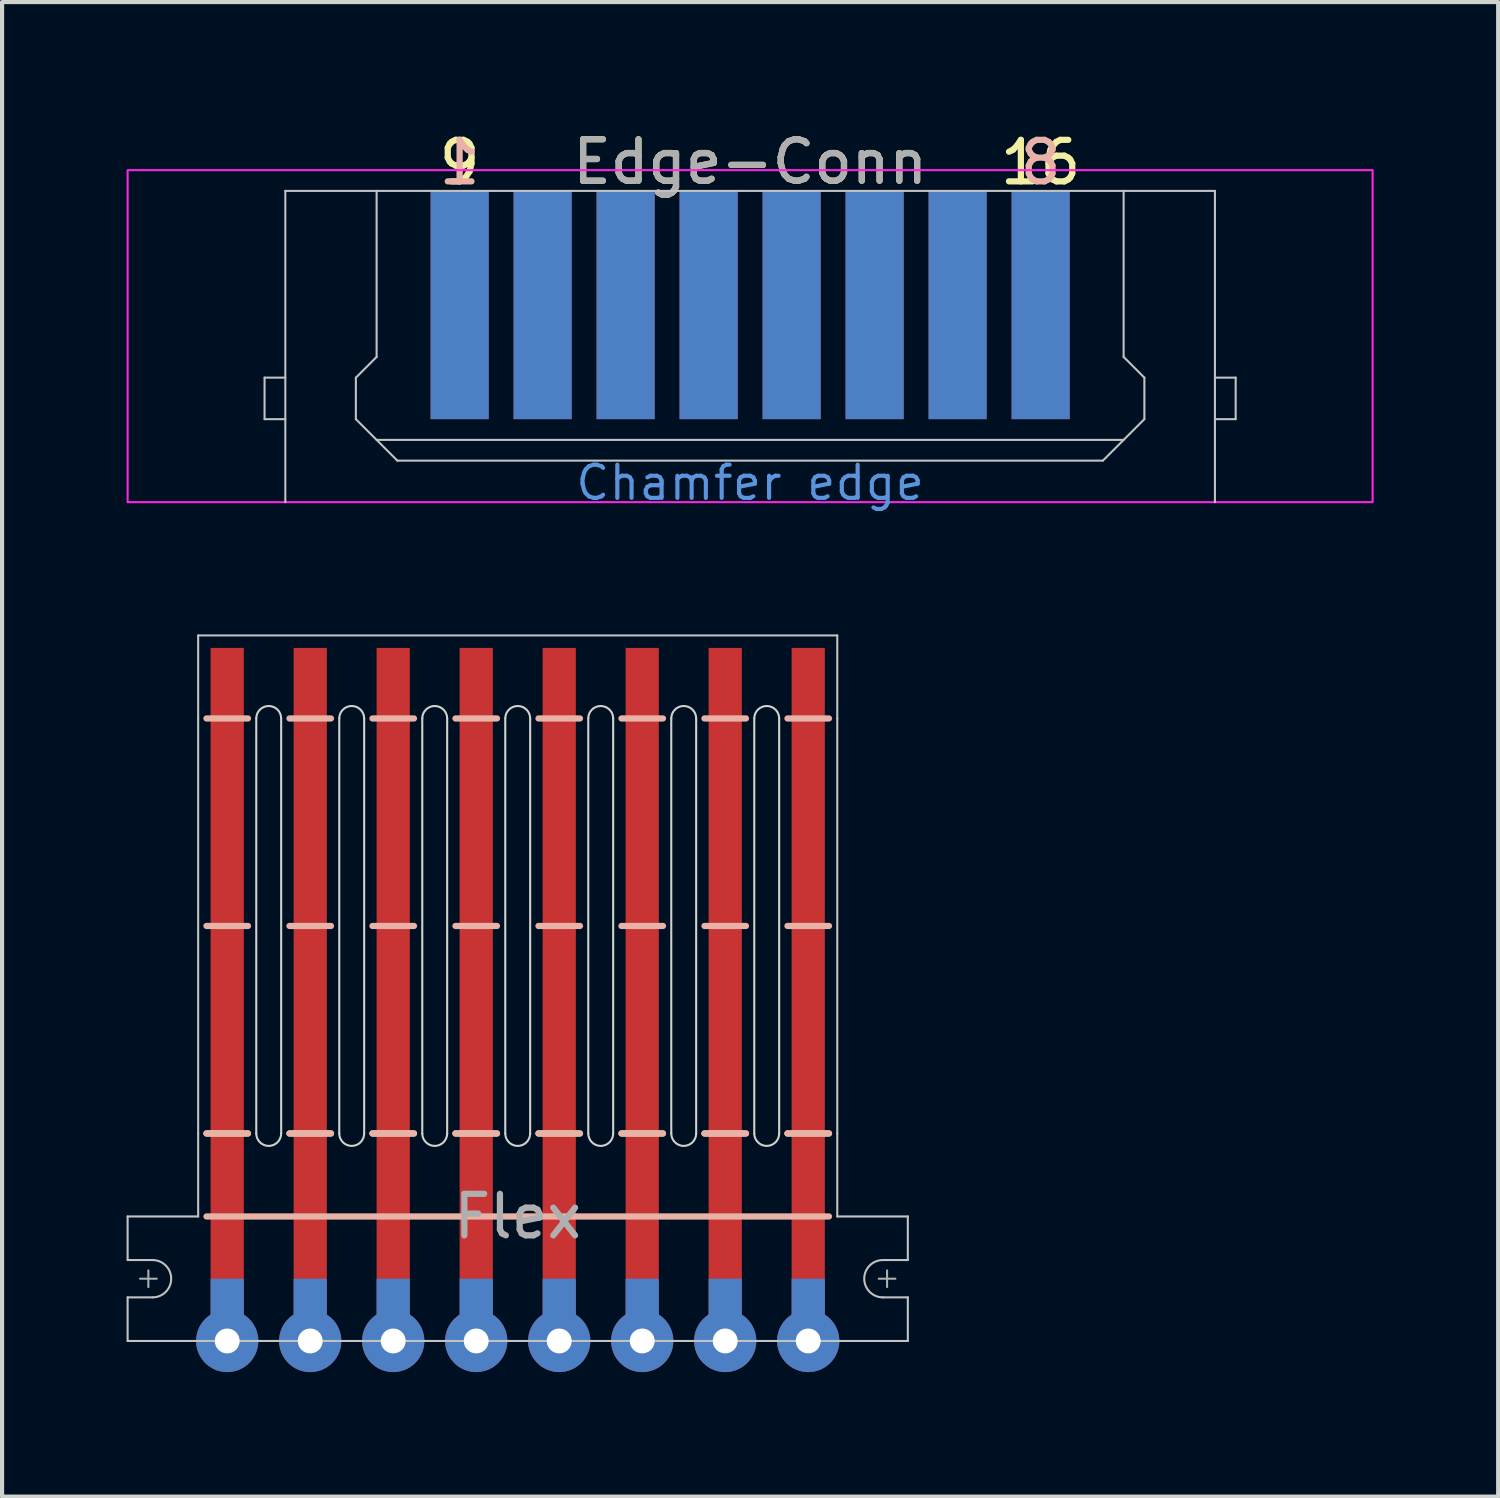
<source format=kicad_pcb>
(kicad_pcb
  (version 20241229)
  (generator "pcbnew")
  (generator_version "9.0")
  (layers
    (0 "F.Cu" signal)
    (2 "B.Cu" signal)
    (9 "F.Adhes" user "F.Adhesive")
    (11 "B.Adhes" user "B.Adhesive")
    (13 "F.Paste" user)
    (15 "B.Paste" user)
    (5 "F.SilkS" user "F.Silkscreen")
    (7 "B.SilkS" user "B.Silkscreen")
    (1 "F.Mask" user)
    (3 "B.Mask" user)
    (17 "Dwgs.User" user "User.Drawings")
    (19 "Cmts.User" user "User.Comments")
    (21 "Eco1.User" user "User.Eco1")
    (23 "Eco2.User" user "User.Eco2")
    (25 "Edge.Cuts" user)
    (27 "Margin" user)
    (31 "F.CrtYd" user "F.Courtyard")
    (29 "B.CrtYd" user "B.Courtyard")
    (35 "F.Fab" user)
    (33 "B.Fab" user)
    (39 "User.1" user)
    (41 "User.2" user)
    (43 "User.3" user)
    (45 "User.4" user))
  (footprint "Flex"
    (layer "F.Cu")
    (at 9.425 29.262)
    (property "Reference" "Flex" (at 0 -3 0) (unlocked yes) (layer "F.Fab") (effects (font (size 1 1) (thickness 0.15))))
    (fp_rect (start -7.4 -16.7) (end -6.6 0) (stroke (width 0) (type solid)) (fill yes) (layer "F.Cu"))
    (fp_rect (start -5.4 -16.7) (end -4.6 0) (stroke (width 0) (type solid)) (fill yes) (layer "F.Cu"))
    (fp_rect (start -3.4 -16.7) (end -2.6 0) (stroke (width 0) (type solid)) (fill yes) (layer "F.Cu"))
    (fp_rect (start -1.4 -16.7) (end -0.6 0) (stroke (width 0) (type solid)) (fill yes) (layer "F.Cu"))
    (fp_rect (start 0.6 -16.7) (end 1.4 0) (stroke (width 0) (type solid)) (fill yes) (layer "F.Cu"))
    (fp_rect (start 2.6 -16.7) (end 3.4 0) (stroke (width 0) (type solid)) (fill yes) (layer "F.Cu"))
    (fp_rect (start 4.6 -16.7) (end 5.4 0) (stroke (width 0) (type solid)) (fill yes) (layer "F.Cu"))
    (fp_rect (start 6.6 -16.7) (end 7.4 0) (stroke (width 0) (type solid)) (fill yes) (layer "F.Cu"))
    (fp_rect (start -7.7 -10) (end -6.3 -6.5) (stroke (width 0) (type solid)) (fill yes) (layer "F.Mask"))
    (fp_rect (start -7.5 -1.5) (end -6.5 0) (stroke (width 0) (type solid)) (fill yes) (layer "F.Mask"))
    (fp_rect (start -5.7 -10) (end -4.3 -6.5) (stroke (width 0) (type solid)) (fill yes) (layer "F.Mask"))
    (fp_rect (start -5.5 -1.5) (end -4.5 0) (stroke (width 0) (type solid)) (fill yes) (layer "F.Mask"))
    (fp_rect (start -3.7 -10) (end -2.3 -6.5) (stroke (width 0) (type solid)) (fill yes) (layer "F.Mask"))
    (fp_rect (start -3.5 -1.5) (end -2.5 0) (stroke (width 0) (type solid)) (fill yes) (layer "F.Mask"))
    (fp_rect (start -1.7 -10) (end -0.3 -6.5) (stroke (width 0) (type solid)) (fill yes) (layer "F.Mask"))
    (fp_rect (start -1.5 -1.5) (end -0.5 0) (stroke (width 0) (type solid)) (fill yes) (layer "F.Mask"))
    (fp_rect (start 0.3 -10) (end 1.7 -6.5) (stroke (width 0) (type solid)) (fill yes) (layer "F.Mask"))
    (fp_rect (start 0.5 -1.5) (end 1.5 0) (stroke (width 0) (type solid)) (fill yes) (layer "F.Mask"))
    (fp_rect (start 2.3 -10) (end 3.7 -6.5) (stroke (width 0) (type solid)) (fill yes) (layer "F.Mask"))
    (fp_rect (start 2.5 -1.5) (end 3.5 0) (stroke (width 0) (type solid)) (fill yes) (layer "F.Mask"))
    (fp_rect (start 4.3 -10) (end 5.7 -6.5) (stroke (width 0) (type solid)) (fill yes) (layer "F.Mask"))
    (fp_rect (start 4.5 -1.5) (end 5.5 0) (stroke (width 0) (type solid)) (fill yes) (layer "F.Mask"))
    (fp_rect (start 6.3 -10) (end 7.7 -6.5) (stroke (width 0) (type solid)) (fill yes) (layer "F.Mask"))
    (fp_rect (start 6.5 -1.5) (end 7.5 0) (stroke (width 0) (type solid)) (fill yes) (layer "F.Mask"))
    (fp_rect (start -7.4 -1.5) (end -6.6 0) (stroke (width 0) (type solid)) (fill yes) (layer "B.Cu"))
    (fp_rect (start -5.4 -1.5) (end -4.6 0) (stroke (width 0) (type solid)) (fill yes) (layer "B.Cu"))
    (fp_rect (start -3.4 -1.5) (end -2.6 0) (stroke (width 0) (type solid)) (fill yes) (layer "B.Cu"))
    (fp_rect (start -1.4 -1.5) (end -0.6 0) (stroke (width 0) (type solid)) (fill yes) (layer "B.Cu"))
    (fp_rect (start 0.6 -1.5) (end 1.4 0) (stroke (width 0) (type solid)) (fill yes) (layer "B.Cu"))
    (fp_rect (start 2.6 -1.5) (end 3.4 0) (stroke (width 0) (type solid)) (fill yes) (layer "B.Cu"))
    (fp_rect (start 4.6 -1.5) (end 5.4 0) (stroke (width 0) (type solid)) (fill yes) (layer "B.Cu"))
    (fp_rect (start 6.6 -1.5) (end 7.4 0) (stroke (width 0) (type solid)) (fill yes) (layer "B.Cu"))
    (fp_rect (start -7.5 -1.5) (end -6.5 0) (stroke (width 0) (type solid)) (fill yes) (layer "B.Mask"))
    (fp_rect (start -5.5 -1.5) (end -4.5 0) (stroke (width 0) (type solid)) (fill yes) (layer "B.Mask"))
    (fp_rect (start -3.5 -1.5) (end -2.5 0) (stroke (width 0) (type solid)) (fill yes) (layer "B.Mask"))
    (fp_rect (start -1.5 -1.5) (end -0.5 0) (stroke (width 0) (type solid)) (fill yes) (layer "B.Mask"))
    (fp_rect (start 0.5 -1.5) (end 1.5 0) (stroke (width 0) (type solid)) (fill yes) (layer "B.Mask"))
    (fp_rect (start 2.5 -1.5) (end 3.5 0) (stroke (width 0) (type solid)) (fill yes) (layer "B.Mask"))
    (fp_rect (start 4.5 -1.5) (end 5.5 0) (stroke (width 0) (type solid)) (fill yes) (layer "B.Mask"))
    (fp_rect (start 6.5 -1.5) (end 7.5 0) (stroke (width 0) (type solid)) (fill yes) (layer "B.Mask"))
    (fp_line (start -7.5 -5) (end -6.5 -5) (stroke (width 0.15) (type default)) (layer "F.SilkS"))
    (fp_line (start -5.5 -5) (end -4.5 -5) (stroke (width 0.15) (type default)) (layer "F.SilkS"))
    (fp_line (start -3.5 -5) (end -2.5 -5) (stroke (width 0.15) (type default)) (layer "F.SilkS"))
    (fp_line (start -1.5 -5) (end -0.5 -5) (stroke (width 0.15) (type default)) (layer "F.SilkS"))
    (fp_line (start 0.5 -5) (end 1.5 -5) (stroke (width 0.15) (type default)) (layer "F.SilkS"))
    (fp_line (start 2.5 -5) (end 3.5 -5) (stroke (width 0.15) (type default)) (layer "F.SilkS"))
    (fp_line (start 4.5 -5) (end 5.5 -5) (stroke (width 0.15) (type default)) (layer "F.SilkS"))
    (fp_line (start 6.5 -5) (end 7.5 -5) (stroke (width 0.15) (type default)) (layer "F.SilkS"))
    (fp_line (start -7.5 -15) (end -6.5 -15) (stroke (width 0.15) (type default)) (layer "B.SilkS"))
    (fp_line (start -7.5 -10) (end -6.5 -10) (stroke (width 0.15) (type default)) (layer "B.SilkS"))
    (fp_line (start -7.5 -5) (end -6.5 -5) (stroke (width 0.15) (type default)) (layer "B.SilkS"))
    (fp_line (start -7.5 -3) (end 7.5 -3) (stroke (width 0.15) (type default)) (layer "B.SilkS"))
    (fp_line (start -5.5 -15) (end -4.5 -15) (stroke (width 0.15) (type default)) (layer "B.SilkS"))
    (fp_line (start -5.5 -10) (end -4.5 -10) (stroke (width 0.15) (type default)) (layer "B.SilkS"))
    (fp_line (start -5.5 -5) (end -4.5 -5) (stroke (width 0.15) (type default)) (layer "B.SilkS"))
    (fp_line (start -3.5 -15) (end -2.5 -15) (stroke (width 0.15) (type default)) (layer "B.SilkS"))
    (fp_line (start -3.5 -10) (end -2.5 -10) (stroke (width 0.15) (type default)) (layer "B.SilkS"))
    (fp_line (start -3.5 -5) (end -2.5 -5) (stroke (width 0.15) (type default)) (layer "B.SilkS"))
    (fp_line (start -1.5 -15) (end -0.5 -15) (stroke (width 0.15) (type default)) (layer "B.SilkS"))
    (fp_line (start -1.5 -10) (end -0.5 -10) (stroke (width 0.15) (type default)) (layer "B.SilkS"))
    (fp_line (start -1.5 -5) (end -0.5 -5) (stroke (width 0.15) (type default)) (layer "B.SilkS"))
    (fp_line (start 0.5 -15) (end 1.5 -15) (stroke (width 0.15) (type default)) (layer "B.SilkS"))
    (fp_line (start 0.5 -10) (end 1.5 -10) (stroke (width 0.15) (type default)) (layer "B.SilkS"))
    (fp_line (start 0.5 -5) (end 1.5 -5) (stroke (width 0.15) (type default)) (layer "B.SilkS"))
    (fp_line (start 2.5 -15) (end 3.5 -15) (stroke (width 0.15) (type default)) (layer "B.SilkS"))
    (fp_line (start 2.5 -10) (end 3.5 -10) (stroke (width 0.15) (type default)) (layer "B.SilkS"))
    (fp_line (start 2.5 -5) (end 3.5 -5) (stroke (width 0.15) (type default)) (layer "B.SilkS"))
    (fp_line (start 4.5 -15) (end 5.5 -15) (stroke (width 0.15) (type default)) (layer "B.SilkS"))
    (fp_line (start 4.5 -10) (end 5.5 -10) (stroke (width 0.15) (type default)) (layer "B.SilkS"))
    (fp_line (start 4.5 -5) (end 5.5 -5) (stroke (width 0.15) (type default)) (layer "B.SilkS"))
    (fp_line (start 6.5 -15) (end 7.5 -15) (stroke (width 0.15) (type default)) (layer "B.SilkS"))
    (fp_line (start 6.5 -10) (end 7.5 -10) (stroke (width 0.15) (type default)) (layer "B.SilkS"))
    (fp_line (start 6.5 -5) (end 7.5 -5) (stroke (width 0.15) (type default)) (layer "B.SilkS"))
    (fp_line (start -9.4 -3) (end -7.7 -3) (stroke (width 0.05) (type default)) (layer "Dwgs.User"))
    (fp_line (start -9.4 -1.95) (end -9.4 -3) (stroke (width 0.05) (type default)) (layer "Dwgs.User"))
    (fp_line (start -9.4 -1.95) (end -8.8 -1.95) (stroke (width 0.05) (type default)) (layer "Dwgs.User"))
    (fp_line (start -9.4 -1.05) (end -8.8 -1.05) (stroke (width 0.05) (type default)) (layer "Dwgs.User"))
    (fp_line (start -9.4 0) (end -9.4 -1.05) (stroke (width 0.05) (type default)) (layer "Dwgs.User"))
    (fp_line (start -7.7 -17) (end 7.7 -17) (stroke (width 0.05) (type default)) (layer "Dwgs.User"))
    (fp_line (start -7.7 -15) (end -7.7 -17) (stroke (width 0.05) (type default)) (layer "Dwgs.User"))
    (fp_line (start -7.7 -5) (end -7.7 -15) (stroke (width 0.05) (type default)) (layer "Dwgs.User"))
    (fp_line (start -7.7 -3) (end -7.7 -5) (stroke (width 0.05) (type default)) (layer "Dwgs.User"))
    (fp_line (start -7.7 0) (end -9.4 0) (stroke (width 0.05) (type default)) (layer "Dwgs.User"))
    (fp_line (start 7.7 -15) (end 7.7 -17) (stroke (width 0.05) (type default)) (layer "Dwgs.User"))
    (fp_line (start 7.7 -15) (end 7.7 -5) (stroke (width 0.05) (type default)) (layer "Dwgs.User"))
    (fp_line (start 7.7 -3) (end 7.7 -5) (stroke (width 0.05) (type default)) (layer "Dwgs.User"))
    (fp_line (start 7.7 0) (end -7.7 0) (stroke (width 0.05) (type default)) (layer "Dwgs.User"))
    (fp_line (start 7.7 0) (end 9.4 0) (stroke (width 0.05) (type default)) (layer "Dwgs.User"))
    (fp_line (start 9.4 -3) (end 7.7 -3) (stroke (width 0.05) (type default)) (layer "Dwgs.User"))
    (fp_line (start 9.4 -1.95) (end 8.8 -1.95) (stroke (width 0.05) (type default)) (layer "Dwgs.User"))
    (fp_line (start 9.4 -1.95) (end 9.4 -3) (stroke (width 0.05) (type default)) (layer "Dwgs.User"))
    (fp_line (start 9.4 -1.05) (end 8.8 -1.05) (stroke (width 0.05) (type default)) (layer "Dwgs.User"))
    (fp_line (start 9.4 0) (end 9.4 -1.05) (stroke (width 0.05) (type default)) (layer "Dwgs.User"))
    (fp_arc (start -8.8 -1.95) (mid -8.35 -1.5) (end -8.8 -1.05) (stroke (width 0.05) (type default)) (layer "Dwgs.User"))
    (fp_arc (start 8.8 -1.05) (mid 8.35 -1.5) (end 8.8 -1.95) (stroke (width 0.05) (type default)) (layer "Dwgs.User"))
    (fp_line (start -6.3 -15) (end -6.3 -5) (stroke (width 0.05) (type default)) (layer "Edge.Cuts"))
    (fp_line (start -5.7 -5) (end -5.7 -15) (stroke (width 0.05) (type default)) (layer "Edge.Cuts"))
    (fp_line (start -4.3 -15) (end -4.3 -5) (stroke (width 0.05) (type default)) (layer "Edge.Cuts"))
    (fp_line (start -3.7 -5) (end -3.7 -15) (stroke (width 0.05) (type default)) (layer "Edge.Cuts"))
    (fp_line (start -2.3 -15) (end -2.3 -5) (stroke (width 0.05) (type default)) (layer "Edge.Cuts"))
    (fp_line (start -1.7 -5) (end -1.7 -15) (stroke (width 0.05) (type default)) (layer "Edge.Cuts"))
    (fp_line (start -0.3 -15) (end -0.3 -5) (stroke (width 0.05) (type default)) (layer "Edge.Cuts"))
    (fp_line (start 0.3 -5) (end 0.3 -15) (stroke (width 0.05) (type default)) (layer "Edge.Cuts"))
    (fp_line (start 1.7 -15) (end 1.7 -5) (stroke (width 0.05) (type default)) (layer "Edge.Cuts"))
    (fp_line (start 2.3 -5) (end 2.3 -15) (stroke (width 0.05) (type default)) (layer "Edge.Cuts"))
    (fp_line (start 3.7 -15) (end 3.7 -5) (stroke (width 0.05) (type default)) (layer "Edge.Cuts"))
    (fp_line (start 4.3 -5) (end 4.3 -15) (stroke (width 0.05) (type default)) (layer "Edge.Cuts"))
    (fp_line (start 5.7 -15) (end 5.7 -5) (stroke (width 0.05) (type default)) (layer "Edge.Cuts"))
    (fp_line (start 6.3 -5) (end 6.3 -15) (stroke (width 0.05) (type default)) (layer "Edge.Cuts"))
    (fp_arc (start -6.3 -15) (mid -6 -15.3) (end -5.7 -15) (stroke (width 0.05) (type default)) (layer "Edge.Cuts"))
    (fp_arc (start -5.7 -5) (mid -6 -4.7) (end -6.3 -5) (stroke (width 0.05) (type default)) (layer "Edge.Cuts"))
    (fp_arc (start -4.3 -15) (mid -4 -15.3) (end -3.7 -15) (stroke (width 0.05) (type default)) (layer "Edge.Cuts"))
    (fp_arc (start -3.7 -5) (mid -4 -4.7) (end -4.3 -5) (stroke (width 0.05) (type default)) (layer "Edge.Cuts"))
    (fp_arc (start -2.3 -15) (mid -2 -15.3) (end -1.7 -15) (stroke (width 0.05) (type default)) (layer "Edge.Cuts"))
    (fp_arc (start -1.7 -5) (mid -2 -4.7) (end -2.3 -5) (stroke (width 0.05) (type default)) (layer "Edge.Cuts"))
    (fp_arc (start -0.3 -15) (mid 0 -15.3) (end 0.3 -15) (stroke (width 0.05) (type default)) (layer "Edge.Cuts"))
    (fp_arc (start 0.3 -5) (mid 0 -4.7) (end -0.3 -5) (stroke (width 0.05) (type default)) (layer "Edge.Cuts"))
    (fp_arc (start 1.7 -15) (mid 2 -15.3) (end 2.3 -15) (stroke (width 0.05) (type default)) (layer "Edge.Cuts"))
    (fp_arc (start 2.3 -5) (mid 2 -4.7) (end 1.7 -5) (stroke (width 0.05) (type default)) (layer "Edge.Cuts"))
    (fp_arc (start 3.7 -15) (mid 4 -15.3) (end 4.3 -15) (stroke (width 0.05) (type default)) (layer "Edge.Cuts"))
    (fp_arc (start 4.3 -5) (mid 4 -4.7) (end 3.7 -5) (stroke (width 0.05) (type default)) (layer "Edge.Cuts"))
    (fp_arc (start 5.7 -15) (mid 6 -15.3) (end 6.3 -15) (stroke (width 0.05) (type default)) (layer "Edge.Cuts"))
    (fp_arc (start 6.3 -5) (mid 6 -4.7) (end 5.7 -5) (stroke (width 0.05) (type default)) (layer "Edge.Cuts"))
    (fp_line (start -9.1 -1.5) (end -8.7 -1.5) (stroke (width 0.05) (type default)) (layer "F.Fab"))
    (fp_line (start -8.9 -1.7) (end -8.9 -1.3) (stroke (width 0.05) (type default)) (layer "F.Fab"))
    (fp_line (start 8.7 -1.5) (end 9.1 -1.5) (stroke (width 0.05) (type default)) (layer "F.Fab"))
    (fp_line (start 8.9 -1.7) (end 8.9 -1.3) (stroke (width 0.05) (type default)) (layer "F.Fab"))
    (pad "1" thru_hole circle (at -7 0) (size 1.5 1.5) (drill 0.6) (layers "*.Cu" "*.Mask"))
    (pad "2" thru_hole circle (at -5 0) (size 1.5 1.5) (drill 0.6) (layers "*.Cu" "*.Mask"))
    (pad "3" thru_hole circle (at -3 0) (size 1.5 1.5) (drill 0.6) (layers "*.Cu" "*.Mask"))
    (pad "4" thru_hole circle (at -1 0) (size 1.5 1.5) (drill 0.6) (layers "*.Cu" "*.Mask"))
    (pad "5" thru_hole circle (at 1 0) (size 1.5 1.5) (drill 0.6) (layers "*.Cu" "*.Mask"))
    (pad "6" thru_hole circle (at 3 0) (size 1.5 1.5) (drill 0.6) (layers "*.Cu" "*.Mask"))
    (pad "7" thru_hole circle (at 5 0) (size 1.5 1.5) (drill 0.6) (layers "*.Cu" "*.Mask"))
    (pad "8" thru_hole circle (at 7 0) (size 1.5 1.5) (drill 0.6) (layers "*.Cu" "*.Mask")))
  (footprint "Edge-Conn"
    (layer "F.Cu")
    (at 15.025 8.05)
    (property "Reference" "Edge-Conn" (at 0 -7.2 0) (unlocked yes) (layer "F.SilkS") (effects (font (size 1 1) (thickness 0.15))))
    (attr smd)
    (fp_line (start -11.7 -2) (end -11.7 -1) (stroke (width 0.05) (type default)) (layer "Dwgs.User"))
    (fp_line (start -11.7 -1) (end -11.2 -1) (stroke (width 0.05) (type default)) (layer "Dwgs.User"))
    (fp_line (start -11.2 -6.5) (end -11.2 1) (stroke (width 0.05) (type default)) (layer "Dwgs.User"))
    (fp_line (start -11.2 -2) (end -11.7 -2) (stroke (width 0.05) (type default)) (layer "Dwgs.User"))
    (fp_line (start -9.5 -2) (end -9 -2.5) (stroke (width 0.05) (type default)) (layer "Dwgs.User"))
    (fp_line (start -9.5 -1) (end -9.5 -2) (stroke (width 0.05) (type default)) (layer "Dwgs.User"))
    (fp_line (start -9 -2.5) (end -9 -6.5) (stroke (width 0.05) (type default)) (layer "Dwgs.User"))
    (fp_line (start -8.5 0) (end -9.5 -1) (stroke (width 0.05) (type default)) (layer "Dwgs.User"))
    (fp_line (start -8.5 0) (end 8.5 0) (stroke (width 0.05) (type default)) (layer "Dwgs.User"))
    (fp_line (start 8.5 0) (end 9.5 -1) (stroke (width 0.05) (type default)) (layer "Dwgs.User"))
    (fp_line (start 9 -2.5) (end 9 -6.5) (stroke (width 0.05) (type default)) (layer "Dwgs.User"))
    (fp_line (start 9 -0.5) (end -9 -0.5) (stroke (width 0.05) (type default)) (layer "Dwgs.User"))
    (fp_line (start 9.5 -2) (end 9 -2.5) (stroke (width 0.05) (type default)) (layer "Dwgs.User"))
    (fp_line (start 9.5 -1) (end 9.5 -2) (stroke (width 0.05) (type default)) (layer "Dwgs.User"))
    (fp_line (start 11.2 -6.5) (end -11.2 -6.5) (stroke (width 0.05) (type default)) (layer "Dwgs.User"))
    (fp_line (start 11.2 -6.5) (end 11.2 1) (stroke (width 0.05) (type default)) (layer "Dwgs.User"))
    (fp_line (start 11.2 -1) (end 11.7 -1) (stroke (width 0.05) (type default)) (layer "Dwgs.User"))
    (fp_line (start 11.7 -2) (end 11.2 -2) (stroke (width 0.05) (type default)) (layer "Dwgs.User"))
    (fp_line (start 11.7 -1) (end 11.7 -2) (stroke (width 0.05) (type default)) (layer "Dwgs.User"))
    (fp_rect (start -15 -7) (end 15 1) (stroke (width 0.05) (type default)) (fill no) (layer "F.CrtYd"))
    (fp_text user "16" (at 7 -6.6 0) (unlocked yes) (layer "F.SilkS") (effects (font (size 1 1) (thickness 0.15)) (justify bottom)))
    (fp_text user "9" (at -7 -6.6 0) (unlocked yes) (layer "F.SilkS") (effects (font (size 1 1) (thickness 0.15)) (justify bottom)))
    (fp_text user "1" (at -7 -6.6 0) (unlocked yes) (layer "B.SilkS") (effects (font (size 1 1) (thickness 0.15)) (justify bottom mirror)))
    (fp_text user "8" (at 7 -6.6 0) (unlocked yes) (layer "B.SilkS") (effects (font (size 1 1) (thickness 0.15)) (justify bottom mirror)))
    (fp_text user "Chamfer edge" (at 0 1 0) (unlocked yes) (layer "Cmts.User") (effects (font (size 0.8 0.8) (thickness 0.1)) (justify bottom)))
    (fp_text user "${REFERENCE}" (at 0 -7.2 0) (unlocked yes) (layer "F.Fab") (effects (font (size 1 1) (thickness 0.15))))
    (pad "1" smd rect (at -7 -3.75) (size 1.4 5.5) (layers "B.Cu" "B.Mask" "B.Paste"))
    (pad "2" smd rect (at -5 -3.75) (size 1.4 5.5) (layers "B.Cu" "B.Mask" "B.Paste"))
    (pad "3" smd rect (at -3 -3.75) (size 1.4 5.5) (layers "B.Cu" "B.Mask" "B.Paste"))
    (pad "4" smd rect (at -1 -3.75) (size 1.4 5.5) (layers "B.Cu" "B.Mask" "B.Paste"))
    (pad "5" smd rect (at 1 -3.75) (size 1.4 5.5) (layers "B.Cu" "B.Mask" "B.Paste"))
    (pad "6" smd rect (at 3 -3.75) (size 1.4 5.5) (layers "B.Cu" "B.Mask" "B.Paste"))
    (pad "7" smd rect (at 5 -3.75) (size 1.4 5.5) (layers "B.Cu" "B.Mask" "B.Paste"))
    (pad "8" smd rect (at 7 -3.75) (size 1.4 5.5) (layers "B.Cu" "B.Mask" "B.Paste"))
    (pad "9" smd rect (at -7 -3.75) (size 1.4 5.5) (layers "F.Cu" "F.Mask" "F.Paste"))
    (pad "10" smd rect (at -5 -3.75) (size 1.4 5.5) (layers "F.Cu" "F.Mask" "F.Paste"))
    (pad "11" smd rect (at -3 -3.75) (size 1.4 5.5) (layers "F.Cu" "F.Mask" "F.Paste"))
    (pad "12" smd rect (at -1 -3.75) (size 1.4 5.5) (layers "F.Cu" "F.Mask" "F.Paste"))
    (pad "13" smd rect (at 1 -3.75) (size 1.4 5.5) (layers "F.Cu" "F.Mask" "F.Paste"))
    (pad "14" smd rect (at 3 -3.75) (size 1.4 5.5) (layers "F.Cu" "F.Mask" "F.Paste"))
    (pad "15" smd rect (at 5 -3.75) (size 1.4 5.5) (layers "F.Cu" "F.Mask" "F.Paste"))
    (pad "16" smd rect (at 7 -3.75) (size 1.4 5.5) (layers "F.Cu" "F.Mask" "F.Paste")))
  (gr_rect
    (start -3 -3)
    (end 33.05 33.012)
    (stroke (width 0.1) (type default))
    (fill no)
    (layer "Edge.Cuts")))
</source>
